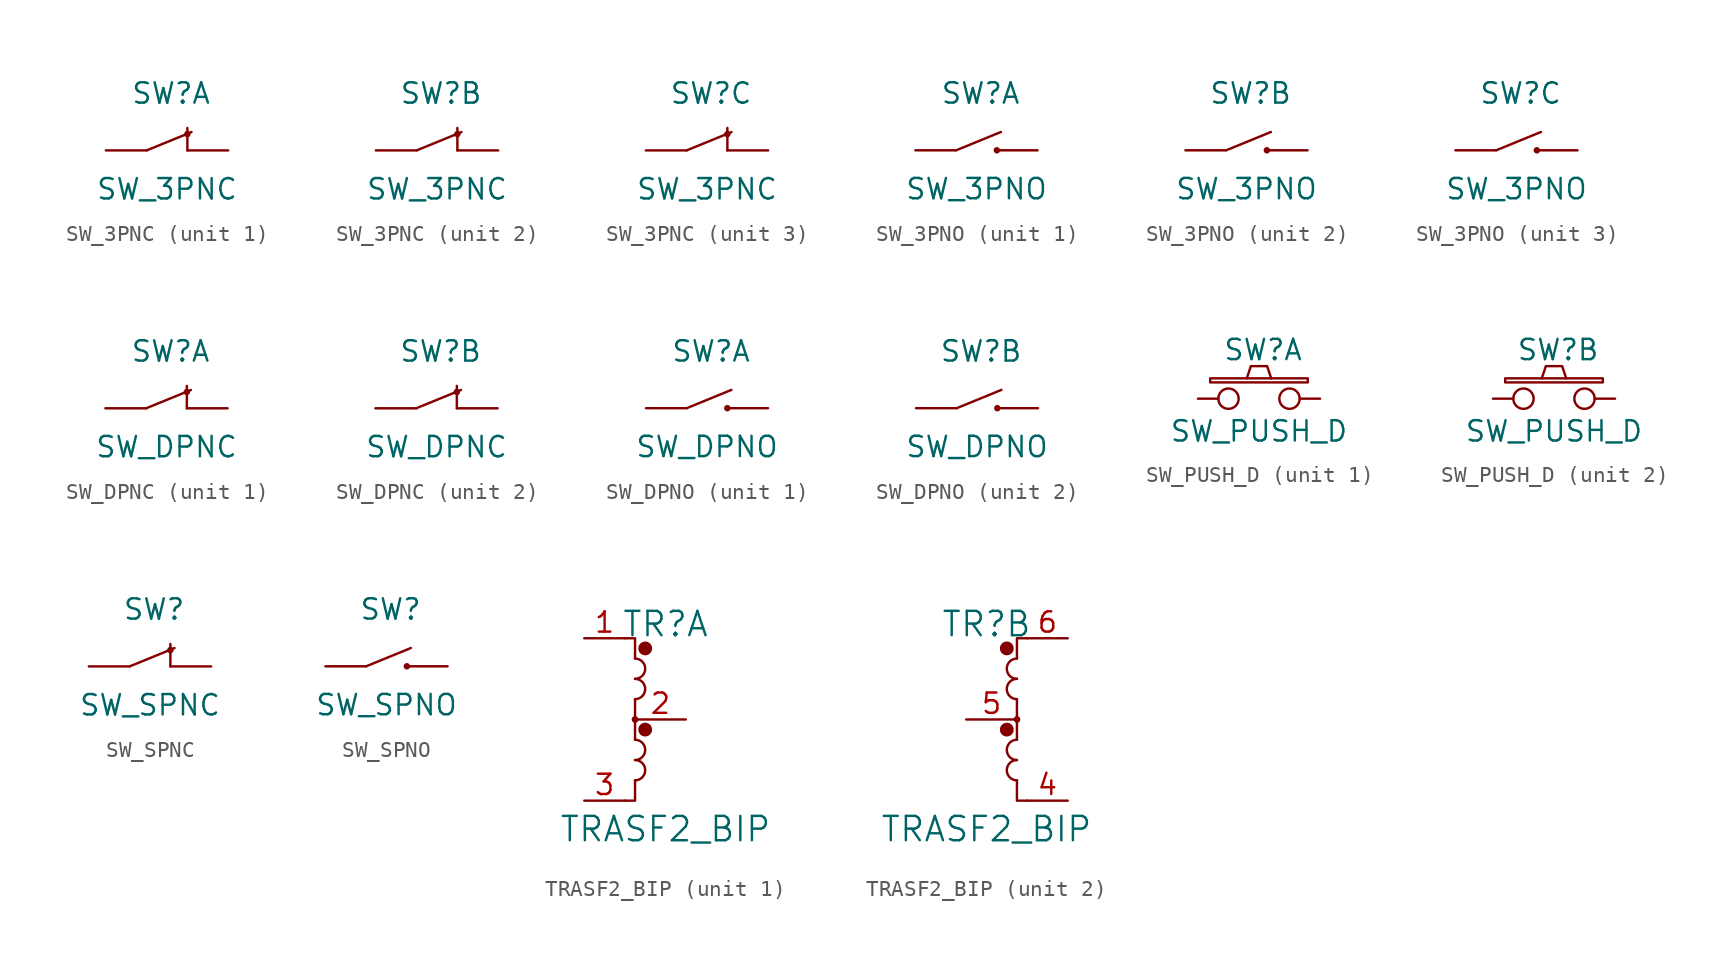
<source format=kicad_sym>
(kicad_symbol_lib
  (version 20220914)
  (generator kicad_symbol_editor)
  (symbol "SW_3PNC"
    (pin_numbers hide)
    (pin_names
      (offset 1.016) hide)
    (property "Reference" "SW"
      (at 0.254 3.556 0)
      (effects (font (size 1.27 1.27))))
    (property "Value" "SW_3PNC"
      (at 0 -2.413 0)
      (effects (font (size 1.27 1.27))))
    (property "Footprint" ""
      (at 0 0 0)
      (effects (font (size 1.524 1.524))))
    (property "Datasheet" ""
      (at 0 0 0)
      (effects (font (size 1.524 1.524))))
    (symbol "SW_3PNC_0_1"
      (polyline (pts (xy -1.27 0) (xy 1.524 1.143)) (stroke (width 0) (type solid)) (fill (type none)))
      (polyline (pts (xy 1.27 0) (xy 1.27 1.397)) (stroke (width 0) (type solid)) (fill (type none)))
      (circle (center 1.27 1.016) (radius 0.127) (stroke (width 0) (type solid)) (fill (type none))))
    (symbol "SW_3PNC_1_1"
      (pin passive line (at -3.81 0 0) (length 2.54) (name "C" (effects (font (size 1.524 1.524)))) (number "1" (effects (font (size 1.524 1.524)))))
      (pin passive line (at 3.81 0 180) (length 2.54) (name "NC" (effects (font (size 1.524 1.524)))) (number "2" (effects (font (size 1.524 1.524))))))
    (symbol "SW_3PNC_2_1"
      (pin passive line (at -3.81 0 0) (length 2.54) (name "C" (effects (font (size 1.524 1.524)))) (number "3" (effects (font (size 1.524 1.524)))))
      (pin passive line (at 3.81 0 180) (length 2.54) (name "NC" (effects (font (size 1.524 1.524)))) (number "4" (effects (font (size 1.524 1.524))))))
    (symbol "SW_3PNC_3_1"
      (pin passive line (at -3.81 0 0) (length 2.54) (name "C" (effects (font (size 1.524 1.524)))) (number "5" (effects (font (size 1.524 1.524)))))
      (pin passive line (at 3.81 0 180) (length 2.54) (name "NC" (effects (font (size 1.524 1.524)))) (number "6" (effects (font (size 1.524 1.524)))))))
  (symbol "SW_3PNO"
    (pin_numbers hide)
    (pin_names
      (offset 1.016) hide)
    (property "Reference" "SW"
      (at 0.254 3.556 0)
      (effects (font (size 1.27 1.27))))
    (property "Value" "SW_3PNO"
      (at 0 -2.413 0)
      (effects (font (size 1.27 1.27))))
    (property "Footprint" ""
      (at 0 0 0)
      (effects (font (size 1.524 1.524))))
    (property "Datasheet" ""
      (at 0 0 0)
      (effects (font (size 1.524 1.524))))
    (symbol "SW_3PNO_0_1"
      (polyline (pts (xy -1.27 0) (xy 1.524 1.143)) (stroke (width 0) (type solid)) (fill (type none)))
      (circle (center 1.27 0) (radius 0.127) (stroke (width 0) (type solid)) (fill (type none))))
    (symbol "SW_3PNO_1_1"
      (pin passive line (at -3.81 0 0) (length 2.54) (name "C" (effects (font (size 1.524 1.524)))) (number "1" (effects (font (size 1.524 1.524)))))
      (pin passive line (at 3.81 0 180) (length 2.54) (name "NO" (effects (font (size 1.524 1.524)))) (number "2" (effects (font (size 1.524 1.524))))))
    (symbol "SW_3PNO_2_1"
      (pin passive line (at -3.81 0 0) (length 2.54) (name "C" (effects (font (size 1.524 1.524)))) (number "3" (effects (font (size 1.524 1.524)))))
      (pin passive line (at 3.81 0 180) (length 2.54) (name "NO" (effects (font (size 1.524 1.524)))) (number "4" (effects (font (size 1.524 1.524))))))
    (symbol "SW_3PNO_3_1"
      (pin passive line (at -3.81 0 0) (length 2.54) (name "C" (effects (font (size 1.524 1.524)))) (number "5" (effects (font (size 1.524 1.524)))))
      (pin passive line (at 3.81 0 180) (length 2.54) (name "NO" (effects (font (size 1.524 1.524)))) (number "6" (effects (font (size 1.524 1.524)))))))
  (symbol "SW_DPNC"
    (pin_numbers hide)
    (pin_names
      (offset 1.016) hide)
    (property "Reference" "SW"
      (at 0.254 3.556 0)
      (effects (font (size 1.27 1.27))))
    (property "Value" "SW_DPNC"
      (at 0 -2.413 0)
      (effects (font (size 1.27 1.27))))
    (property "Footprint" ""
      (at 0 0 0)
      (effects (font (size 1.524 1.524))))
    (property "Datasheet" ""
      (at 0 0 0)
      (effects (font (size 1.524 1.524))))
    (symbol "SW_DPNC_0_1"
      (polyline (pts (xy -1.27 0) (xy 1.524 1.143)) (stroke (width 0) (type solid)) (fill (type none)))
      (polyline (pts (xy 1.27 0) (xy 1.27 1.397)) (stroke (width 0) (type solid)) (fill (type none)))
      (circle (center 1.27 1.016) (radius 0.127) (stroke (width 0) (type solid)) (fill (type none))))
    (symbol "SW_DPNC_1_1"
      (pin passive line (at -3.81 0 0) (length 2.54) (name "C" (effects (font (size 1.524 1.524)))) (number "1" (effects (font (size 1.524 1.524)))))
      (pin passive line (at 3.81 0 180) (length 2.54) (name "NC" (effects (font (size 1.524 1.524)))) (number "2" (effects (font (size 1.524 1.524))))))
    (symbol "SW_DPNC_2_1"
      (pin passive line (at -3.81 0 0) (length 2.54) (name "C" (effects (font (size 1.524 1.524)))) (number "3" (effects (font (size 1.524 1.524)))))
      (pin passive line (at 3.81 0 180) (length 2.54) (name "NC" (effects (font (size 1.524 1.524)))) (number "4" (effects (font (size 1.524 1.524)))))))
  (symbol "SW_DPNO"
    (pin_numbers hide)
    (pin_names
      (offset 1.016) hide)
    (property "Reference" "SW"
      (at 0.254 3.556 0)
      (effects (font (size 1.27 1.27))))
    (property "Value" "SW_DPNO"
      (at 0 -2.413 0)
      (effects (font (size 1.27 1.27))))
    (property "Footprint" ""
      (at 0 0 0)
      (effects (font (size 1.524 1.524))))
    (property "Datasheet" ""
      (at 0 0 0)
      (effects (font (size 1.524 1.524))))
    (symbol "SW_DPNO_0_1"
      (polyline (pts (xy -1.27 0) (xy 1.524 1.143)) (stroke (width 0) (type solid)) (fill (type none)))
      (circle (center 1.27 0) (radius 0.127) (stroke (width 0) (type solid)) (fill (type none))))
    (symbol "SW_DPNO_1_1"
      (pin passive line (at -3.81 0 0) (length 2.54) (name "C" (effects (font (size 1.524 1.524)))) (number "1" (effects (font (size 1.524 1.524)))))
      (pin passive line (at 3.81 0 180) (length 2.54) (name "NO" (effects (font (size 1.524 1.524)))) (number "2" (effects (font (size 1.524 1.524))))))
    (symbol "SW_DPNO_2_1"
      (pin passive line (at -3.81 0 0) (length 2.54) (name "C" (effects (font (size 1.524 1.524)))) (number "3" (effects (font (size 1.524 1.524)))))
      (pin passive line (at 3.81 0 180) (length 2.54) (name "NO" (effects (font (size 1.524 1.524)))) (number "4" (effects (font (size 1.524 1.524)))))))
  (symbol "SW_PUSH_D"
    (pin_numbers hide)
    (pin_names
      (offset 1.016) hide)
    (property "Reference" "SW"
      (at 0.254 3.048 0)
      (effects (font (size 1.27 1.27))))
    (property "Value" "SW_PUSH_D"
      (at 0 -2.032 0)
      (effects (font (size 1.27 1.27))))
    (property "Footprint" ""
      (at 0 0 0)
      (effects (font (size 1.524 1.524))))
    (property "Datasheet" ""
      (at 0 0 0)
      (effects (font (size 1.524 1.524))))
    (symbol "SW_PUSH_D_0_0"
      (rectangle (start -3.048 1.016) (end 3.048 1.27) (stroke (width 0) (type solid)) (fill (type none)))
      (polyline (pts (xy -0.762 1.27) (xy -0.508 2.032) (xy 0.508 2.032) (xy 0.762 1.27) (xy 0.762 1.27)) (stroke (width 0) (type solid)) (fill (type none))))
    (symbol "SW_PUSH_D_1_1"
      (pin passive inverted (at -3.81 0 0) (length 2.54) (name "A" (effects (font (size 1.524 1.524)))) (number "1" (effects (font (size 1.524 1.524)))))
      (pin passive inverted (at 3.81 0 180) (length 2.54) (name "B" (effects (font (size 1.524 1.524)))) (number "2" (effects (font (size 1.524 1.524))))))
    (symbol "SW_PUSH_D_2_1"
      (pin passive inverted (at -3.81 0 0) (length 2.54) (name "A" (effects (font (size 1.524 1.524)))) (number "3" (effects (font (size 1.524 1.524)))))
      (pin passive inverted (at 3.81 0 180) (length 2.54) (name "B" (effects (font (size 1.524 1.524)))) (number "4" (effects (font (size 1.524 1.524)))))))
  (symbol "SW_SPNC"
    (pin_numbers hide)
    (pin_names
      (offset 1.016) hide)
    (property "Reference" "SW"
      (at 0.254 3.556 0)
      (effects (font (size 1.27 1.27))))
    (property "Value" "SW_SPNC"
      (at 0 -2.413 0)
      (effects (font (size 1.27 1.27))))
    (property "Footprint" ""
      (at 0 0 0)
      (effects (font (size 1.524 1.524))))
    (property "Datasheet" ""
      (at 0 0 0)
      (effects (font (size 1.524 1.524))))
    (symbol "SW_SPNC_0_1"
      (polyline (pts (xy -1.27 0) (xy 1.524 1.143)) (stroke (width 0) (type solid)) (fill (type none)))
      (polyline (pts (xy 1.27 0) (xy 1.27 1.397)) (stroke (width 0) (type solid)) (fill (type none)))
      (circle (center 1.27 1.016) (radius 0.127) (stroke (width 0) (type solid)) (fill (type none)))
      (pin passive line (at -3.81 0 0) (length 2.54) (name "COM" (effects (font (size 1.524 1.524)))) (number "1" (effects (font (size 1.524 1.524)))))
      (pin passive line (at 3.81 0 180) (length 2.54) (name "NC" (effects (font (size 1.524 1.524)))) (number "2" (effects (font (size 1.524 1.524)))))))
  (symbol "SW_SPNO"
    (pin_numbers hide)
    (pin_names
      (offset 1.016) hide)
    (property "Reference" "SW"
      (at 0.254 3.556 0)
      (effects (font (size 1.27 1.27))))
    (property "Value" "SW_SPNO"
      (at 0 -2.413 0)
      (effects (font (size 1.27 1.27))))
    (property "Footprint" ""
      (at 0 0 0)
      (effects (font (size 1.524 1.524))))
    (property "Datasheet" ""
      (at 0 0 0)
      (effects (font (size 1.524 1.524))))
    (symbol "SW_SPNO_0_1"
      (polyline (pts (xy -1.27 0) (xy 1.524 1.143)) (stroke (width 0) (type solid)) (fill (type none)))
      (circle (center 1.27 0) (radius 0.127) (stroke (width 0) (type solid)) (fill (type none)))
      (pin passive line (at -3.81 0 0) (length 2.54) (name "COM" (effects (font (size 1.524 1.524)))) (number "1" (effects (font (size 1.524 1.524)))))
      (pin passive line (at 3.81 0 180) (length 2.54) (name "NC" (effects (font (size 1.524 1.524)))) (number "2" (effects (font (size 1.524 1.524)))))))
  (symbol "TRASF2_BIP"
    (pin_names
      (offset 1.016))
    (property "Reference" "TR"
      (at 0 5.969 0)
      (effects (font (size 1.524 1.524))))
    (property "Value" "TRASF2_BIP"
      (at 0 -6.858 0)
      (effects (font (size 1.524 1.524))))
    (property "Footprint" ""
      (at 2.54 0 0)
      (effects (font (size 1.524 1.524))))
    (property "Datasheet" ""
      (at 0 0 0)
      (effects (font (size 1.524 1.524))))
    (property "ki_locked" ""
      (at 0 0 0)
      (effects (font (size 1.27 1.27))))
    (symbol "TRASF2_BIP_1_1"
      (arc (start -1.905 -3.81) (mid -1.2727 -3.175) (end -1.905 -2.54) (stroke (width 0) (type solid)) (fill (type none)))
      (arc (start -1.905 -2.54) (mid -1.2727 -1.905) (end -1.905 -1.27) (stroke (width 0) (type solid)) (fill (type none)))
      (circle (center -1.905 0) (radius 0.137) (stroke (width 0) (type solid)) (fill (type outline)))
      (arc (start -1.905 1.27) (mid -1.2727 1.905) (end -1.905 2.54) (stroke (width 0) (type solid)) (fill (type none)))
      (arc (start -1.905 2.54) (mid -1.2727 3.175) (end -1.905 3.81) (stroke (width 0) (type solid)) (fill (type none)))
      (circle (center -1.27 -0.635) (radius 0.356) (stroke (width 0) (type solid)) (fill (type outline)))
      (circle (center -1.27 4.445) (radius 0.356) (stroke (width 0) (type solid)) (fill (type outline)))
      (polyline (pts (xy -1.905 1.27) (xy -1.905 -1.27)) (stroke (width 0) (type default)) (fill (type none)))
      (polyline (pts (xy -1.905 -3.81) (xy -1.905 -5.08) (xy -2.54 -5.08) (xy -2.54 -5.08)) (stroke (width 0) (type solid)) (fill (type none)))
      (polyline (pts (xy -1.905 3.81) (xy -1.905 5.08) (xy -2.54 5.08) (xy -2.54 5.08)) (stroke (width 0) (type solid)) (fill (type none)))
      (pin input line (at -5.08 5.08 0) (length 2.54) (name "~" (effects (font (size 1.27 1.27)))) (number "1" (effects (font (size 1.27 1.27)))))
      (pin input line (at 1.27 0 180) (length 3.175) (name "~" (effects (font (size 1.27 1.27)))) (number "2" (effects (font (size 1.27 1.27)))))
      (pin input line (at -5.08 -5.08 0) (length 2.54) (name "~" (effects (font (size 1.27 1.27)))) (number "3" (effects (font (size 1.27 1.27))))))
    (symbol "TRASF2_BIP_2_1"
      (polyline (pts (xy 1.905 1.27) (xy 1.905 -1.27)) (stroke (width 0) (type default)) (fill (type none)))
      (polyline (pts (xy 1.905 -3.81) (xy 1.905 -5.08) (xy 2.54 -5.08) (xy 2.54 -5.08)) (stroke (width 0) (type solid)) (fill (type none)))
      (polyline (pts (xy 1.905 3.81) (xy 1.905 5.08) (xy 2.54 5.08) (xy 2.54 5.08)) (stroke (width 0) (type solid)) (fill (type none)))
      (circle (center 1.27 -0.635) (radius 0.356) (stroke (width 0) (type solid)) (fill (type outline)))
      (circle (center 1.27 4.445) (radius 0.356) (stroke (width 0) (type solid)) (fill (type outline)))
      (arc (start 1.905 -2.54) (mid 1.2727 -3.175) (end 1.905 -3.81) (stroke (width 0) (type solid)) (fill (type none)))
      (arc (start 1.905 -1.27) (mid 1.2727 -1.905) (end 1.905 -2.54) (stroke (width 0) (type solid)) (fill (type none)))
      (circle (center 1.905 0) (radius 0.137) (stroke (width 0) (type solid)) (fill (type outline)))
      (arc (start 1.905 2.54) (mid 1.2727 1.905) (end 1.905 1.27) (stroke (width 0) (type solid)) (fill (type none)))
      (arc (start 1.905 3.81) (mid 1.2727 3.175) (end 1.905 2.54) (stroke (width 0) (type solid)) (fill (type none)))
      (pin input line (at 5.08 -5.08 180) (length 2.54) (name "~" (effects (font (size 1.27 1.27)))) (number "4" (effects (font (size 1.27 1.27)))))
      (pin input line (at -1.27 0 0) (length 3.175) (name "~" (effects (font (size 1.27 1.27)))) (number "5" (effects (font (size 1.27 1.27)))))
      (pin input line (at 5.08 5.08 180) (length 2.54) (name "~" (effects (font (size 1.27 1.27)))) (number "6" (effects (font (size 1.27 1.27))))))))
</source>
